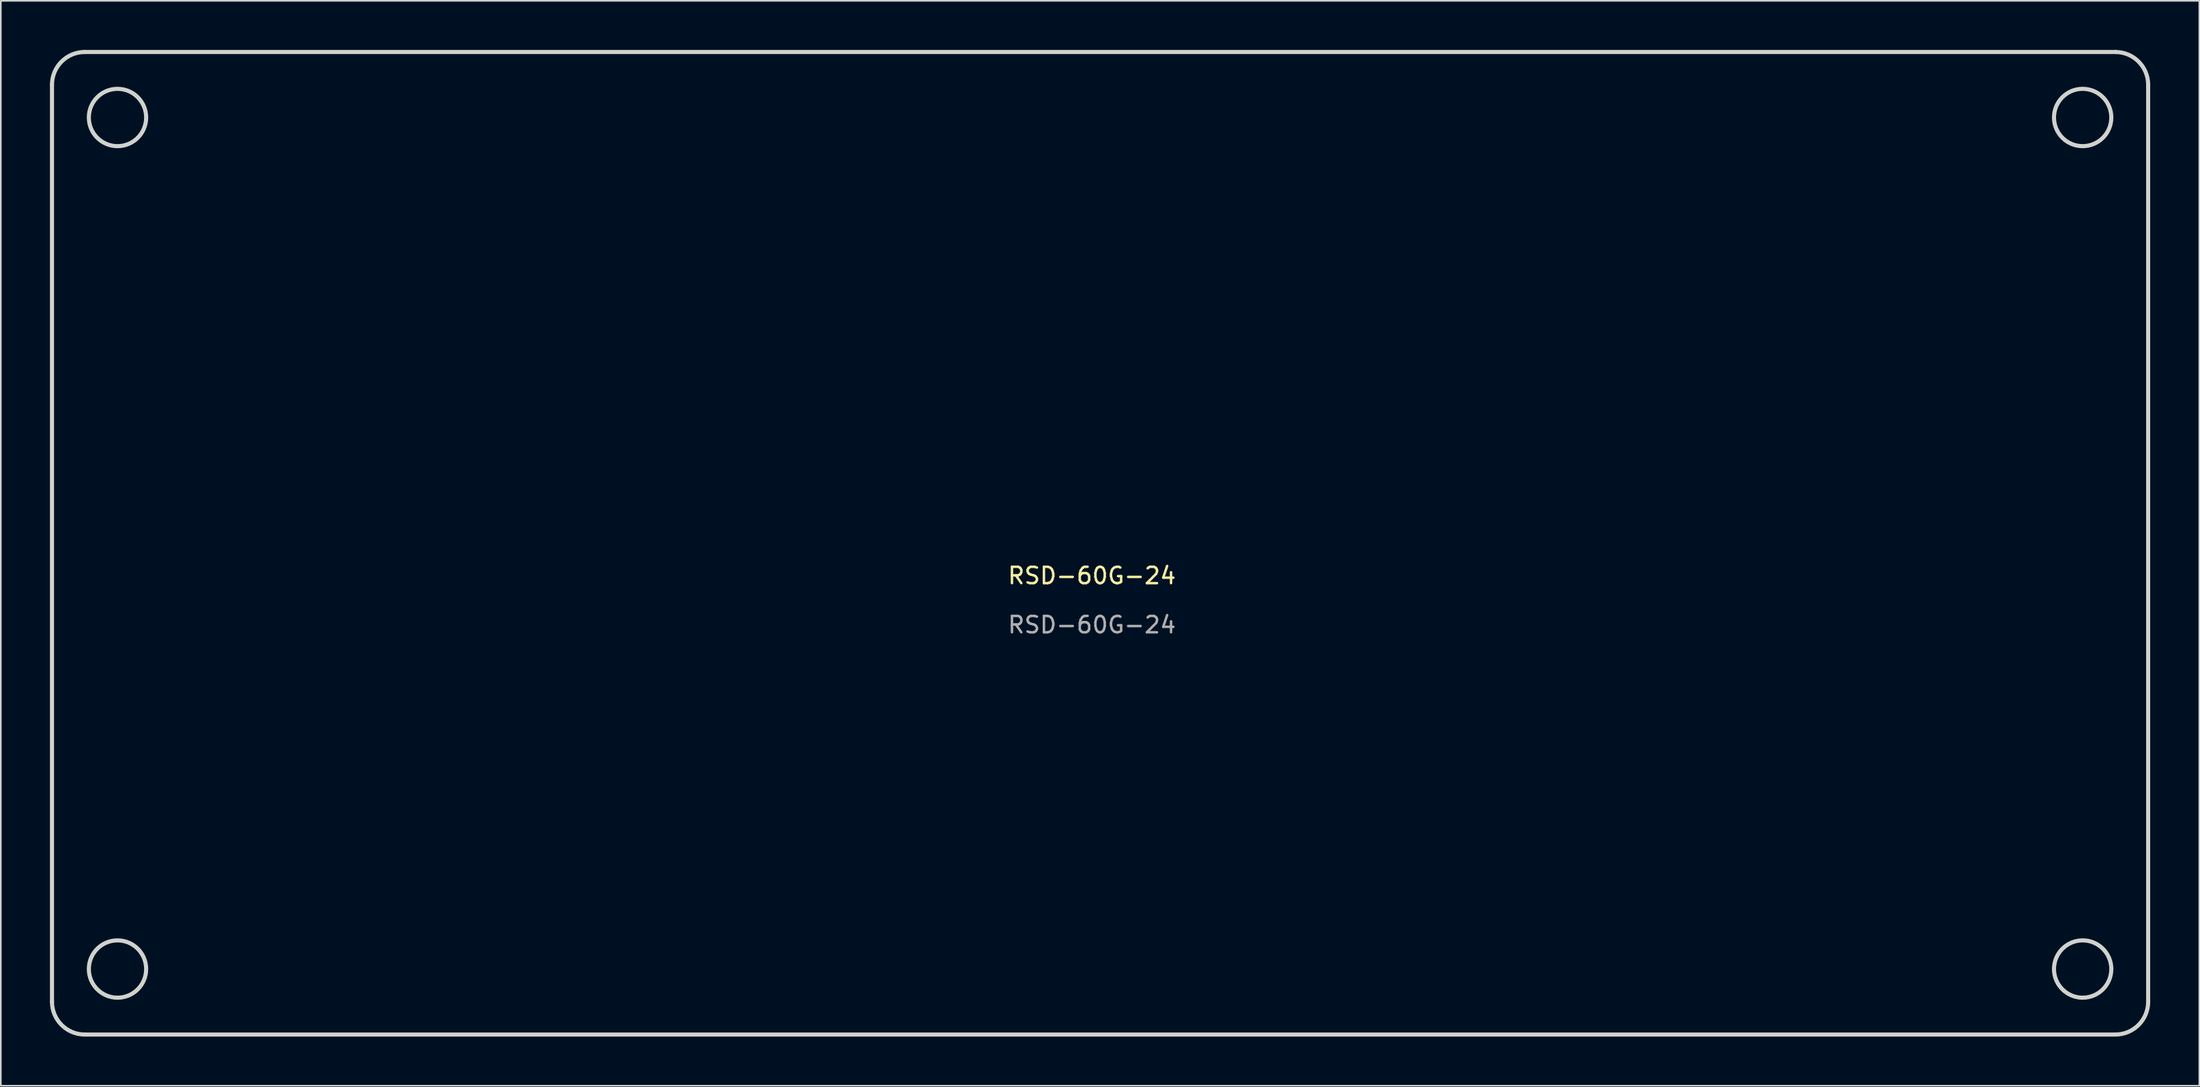
<source format=kicad_pcb>
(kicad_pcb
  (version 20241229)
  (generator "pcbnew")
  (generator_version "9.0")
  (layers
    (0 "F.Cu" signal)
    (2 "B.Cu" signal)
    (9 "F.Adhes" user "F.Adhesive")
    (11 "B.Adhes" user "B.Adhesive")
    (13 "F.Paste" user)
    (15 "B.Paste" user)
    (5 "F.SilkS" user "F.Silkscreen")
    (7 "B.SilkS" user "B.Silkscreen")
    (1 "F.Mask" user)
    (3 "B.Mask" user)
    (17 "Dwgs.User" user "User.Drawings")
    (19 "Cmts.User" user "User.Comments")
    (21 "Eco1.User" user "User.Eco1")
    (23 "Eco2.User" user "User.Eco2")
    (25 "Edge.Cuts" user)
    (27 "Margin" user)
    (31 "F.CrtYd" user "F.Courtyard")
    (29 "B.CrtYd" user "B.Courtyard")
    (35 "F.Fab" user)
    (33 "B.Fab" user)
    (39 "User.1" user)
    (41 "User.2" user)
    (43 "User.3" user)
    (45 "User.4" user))
  (footprint "RSD-60G-24"
    (layer "F.Cu")
    (at 63.625 32.605)
    (property "Reference" "RSD-60G-24" (at 0 -0.5 0) (unlocked yes) (layer "F.SilkS") (effects (font (size 1 1) (thickness 0.15))))
    (attr smd)
    (fp_line (start -63.5 -30.48) (end -63.5 25.52) (stroke (width 0.25) (type solid)) (layer "Edge.Cuts"))
    (fp_line (start -61.5 27.52) (end 62.5 27.52) (stroke (width 0.25) (type solid)) (layer "Edge.Cuts"))
    (fp_line (start 62.5 -32.48) (end -61.5 -32.48) (stroke (width 0.25) (type solid)) (layer "Edge.Cuts"))
    (fp_line (start 64.5 25.52) (end 64.5 -30.48) (stroke (width 0.25) (type solid)) (layer "Edge.Cuts"))
    (fp_arc (start -63.5 -30.48) (mid -62.914214 -31.894214) (end -61.5 -32.48) (stroke (width 0.25) (type solid)) (layer "Edge.Cuts"))
    (fp_arc (start -61.5 27.52) (mid -62.914214 26.934214) (end -63.5 25.52) (stroke (width 0.25) (type solid)) (layer "Edge.Cuts"))
    (fp_arc (start 62.5 -32.48) (mid 63.914214 -31.894214) (end 64.5 -30.48) (stroke (width 0.25) (type solid)) (layer "Edge.Cuts"))
    (fp_arc (start 64.5 25.52) (mid 63.914214 26.934214) (end 62.5 27.52) (stroke (width 0.25) (type solid)) (layer "Edge.Cuts"))
    (fp_circle (center -59.5 -28.48) (end -57.75 -28.48) (stroke (width 0.25) (type solid)) (fill no) (layer "Edge.Cuts"))
    (fp_circle (center -59.5 23.52) (end -57.75 23.52) (stroke (width 0.25) (type solid)) (fill no) (layer "Edge.Cuts"))
    (fp_circle (center 60.5 -28.48) (end 62.25 -28.48) (stroke (width 0.25) (type solid)) (fill no) (layer "Edge.Cuts"))
    (fp_circle (center 60.5 23.52) (end 62.25 23.52) (stroke (width 0.25) (type solid)) (fill no) (layer "Edge.Cuts"))
    (fp_text user "${REFERENCE}" (at 0 2.5 0) (unlocked yes) (layer "F.Fab") (effects (font (size 1 1) (thickness 0.15)))))
  (gr_rect
    (start -3 -3)
    (end 131.25 63.25)
    (stroke (width 0.1) (type default))
    (fill no)
    (layer "Edge.Cuts")))
</source>
